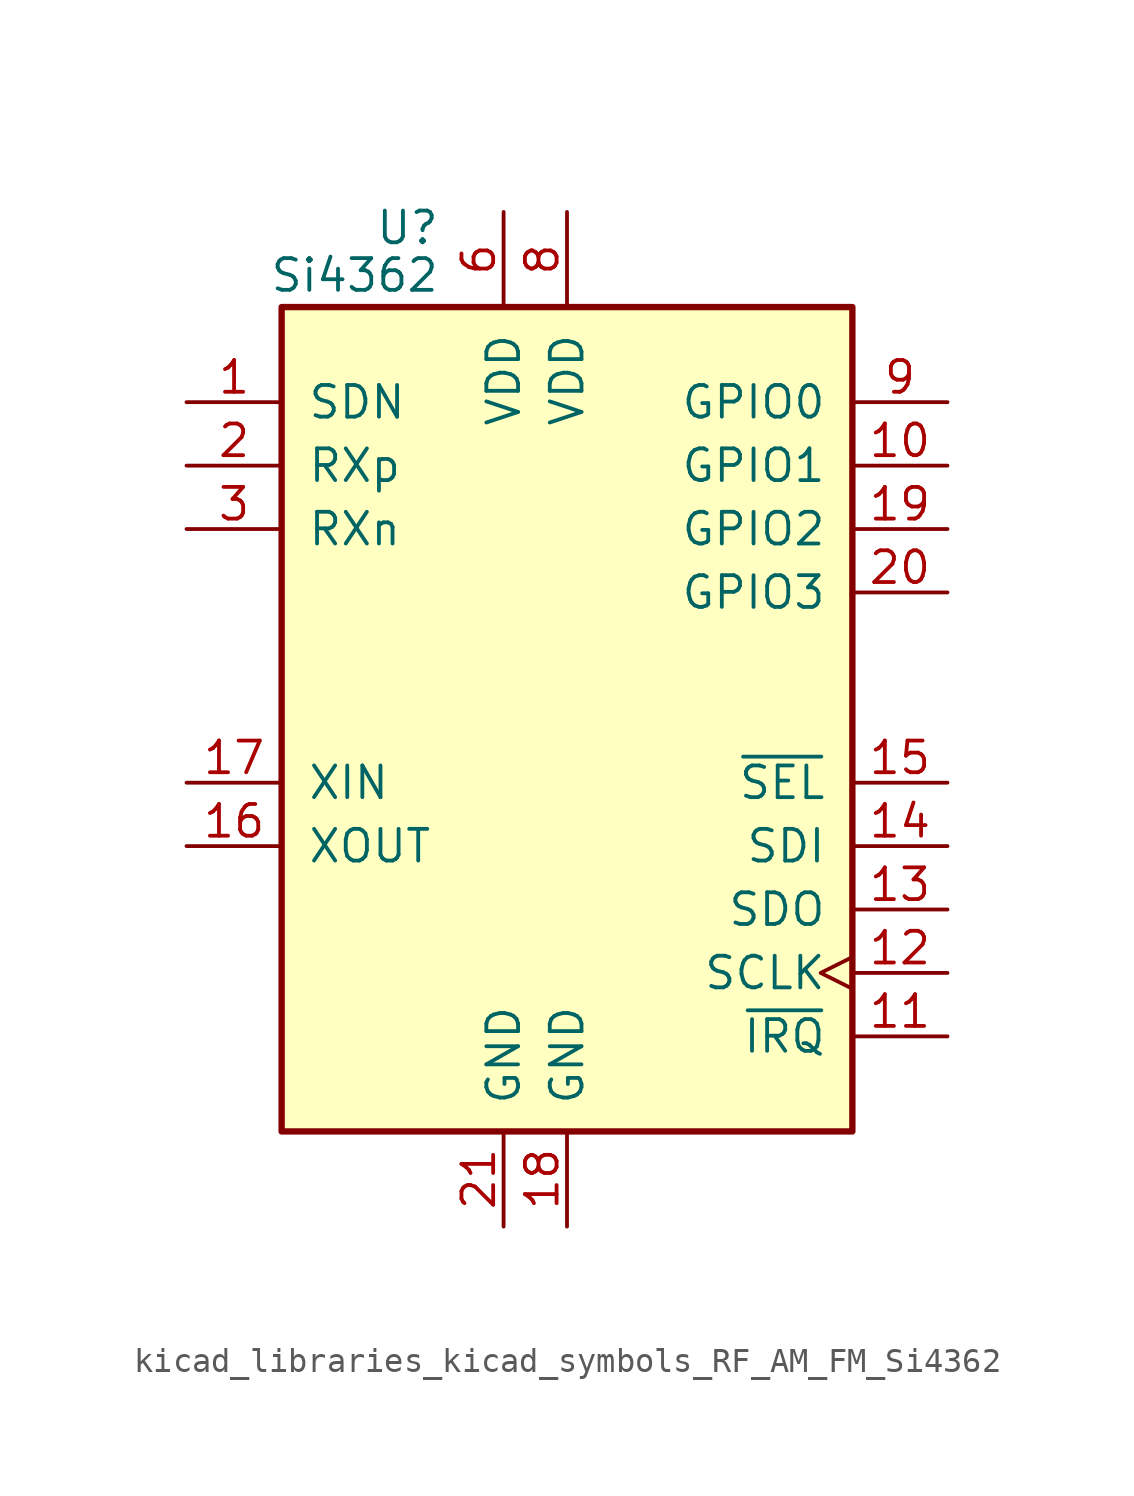
<source format=kicad_sym>
(kicad_symbol_lib
  (version 20220914)
  (generator kicad_symbol_editor)
  (symbol "kicad_libraries_kicad_symbols_RF_AM_FM_Si4362"
    (pin_names
      (offset 1.016))
    (property "Reference" "U"
      (at -5.08 19.685 0)
      (effects (font (size 1.27 1.27)) (justify right)))
    (property "Value" "Si4362"
      (at -5.08 17.78 0)
      (effects (font (size 1.27 1.27)) (justify right)))
    (symbol "kicad_libraries_kicad_symbols_RF_AM_FM_Si4362_0_1"
      (rectangle (start -11.43 16.51) (end 11.43 -16.51) (stroke (width 0.254) (type default)) (fill (type background))))
    (symbol "kicad_libraries_kicad_symbols_RF_AM_FM_Si4362_1_1"
      (pin input line (at -15.24 12.7 0) (length 3.81) (name "SDN" (effects (font (size 1.27 1.27)))) (number "1" (effects (font (size 1.27 1.27)))))
      (pin bidirectional line (at 15.24 10.16 180) (length 3.81) (name "GPIO1" (effects (font (size 1.27 1.27)))) (number "10" (effects (font (size 1.27 1.27)))))
      (pin output line (at 15.24 -12.7 180) (length 3.81) (name "~{IRQ}" (effects (font (size 1.27 1.27)))) (number "11" (effects (font (size 1.27 1.27)))))
      (pin input clock (at 15.24 -10.16 180) (length 3.81) (name "SCLK" (effects (font (size 1.27 1.27)))) (number "12" (effects (font (size 1.27 1.27)))))
      (pin output line (at 15.24 -7.62 180) (length 3.81) (name "SDO" (effects (font (size 1.27 1.27)))) (number "13" (effects (font (size 1.27 1.27)))))
      (pin input line (at 15.24 -5.08 180) (length 3.81) (name "SDI" (effects (font (size 1.27 1.27)))) (number "14" (effects (font (size 1.27 1.27)))))
      (pin input line (at 15.24 -2.54 180) (length 3.81) (name "~{SEL}" (effects (font (size 1.27 1.27)))) (number "15" (effects (font (size 1.27 1.27)))))
      (pin output line (at -15.24 -5.08 0) (length 3.81) (name "XOUT" (effects (font (size 1.27 1.27)))) (number "16" (effects (font (size 1.27 1.27)))))
      (pin input line (at -15.24 -2.54 0) (length 3.81) (name "XIN" (effects (font (size 1.27 1.27)))) (number "17" (effects (font (size 1.27 1.27)))))
      (pin power_in line (at 0 -20.32 90) (length 3.81) (name "GND" (effects (font (size 1.27 1.27)))) (number "18" (effects (font (size 1.27 1.27)))))
      (pin bidirectional line (at 15.24 7.62 180) (length 3.81) (name "GPIO2" (effects (font (size 1.27 1.27)))) (number "19" (effects (font (size 1.27 1.27)))))
      (pin input line (at -15.24 10.16 0) (length 3.81) (name "RXp" (effects (font (size 1.27 1.27)))) (number "2" (effects (font (size 1.27 1.27)))))
      (pin bidirectional line (at 15.24 5.08 180) (length 3.81) (name "GPIO3" (effects (font (size 1.27 1.27)))) (number "20" (effects (font (size 1.27 1.27)))))
      (pin power_in line (at -2.54 -20.32 90) (length 3.81) (name "GND" (effects (font (size 1.27 1.27)))) (number "21" (effects (font (size 1.27 1.27)))))
      (pin input line (at -15.24 7.62 0) (length 3.81) (name "RXn" (effects (font (size 1.27 1.27)))) (number "3" (effects (font (size 1.27 1.27)))))
      (pin no_connect line (at 2.54 -16.51 90) (length 3.81) hide (name "NC" (effects (font (size 1.27 1.27)))) (number "4" (effects (font (size 1.27 1.27)))))
      (pin no_connect line (at 5.08 -16.51 90) (length 3.81) hide (name "NC" (effects (font (size 1.27 1.27)))) (number "5" (effects (font (size 1.27 1.27)))))
      (pin power_in line (at -2.54 20.32 270) (length 3.81) (name "VDD" (effects (font (size 1.27 1.27)))) (number "6" (effects (font (size 1.27 1.27)))))
      (pin no_connect line (at 7.62 -16.51 90) (length 3.81) hide (name "NC" (effects (font (size 1.27 1.27)))) (number "7" (effects (font (size 1.27 1.27)))))
      (pin power_in line (at 0 20.32 270) (length 3.81) (name "VDD" (effects (font (size 1.27 1.27)))) (number "8" (effects (font (size 1.27 1.27)))))
      (pin bidirectional line (at 15.24 12.7 180) (length 3.81) (name "GPIO0" (effects (font (size 1.27 1.27)))) (number "9" (effects (font (size 1.27 1.27))))))))
</source>
